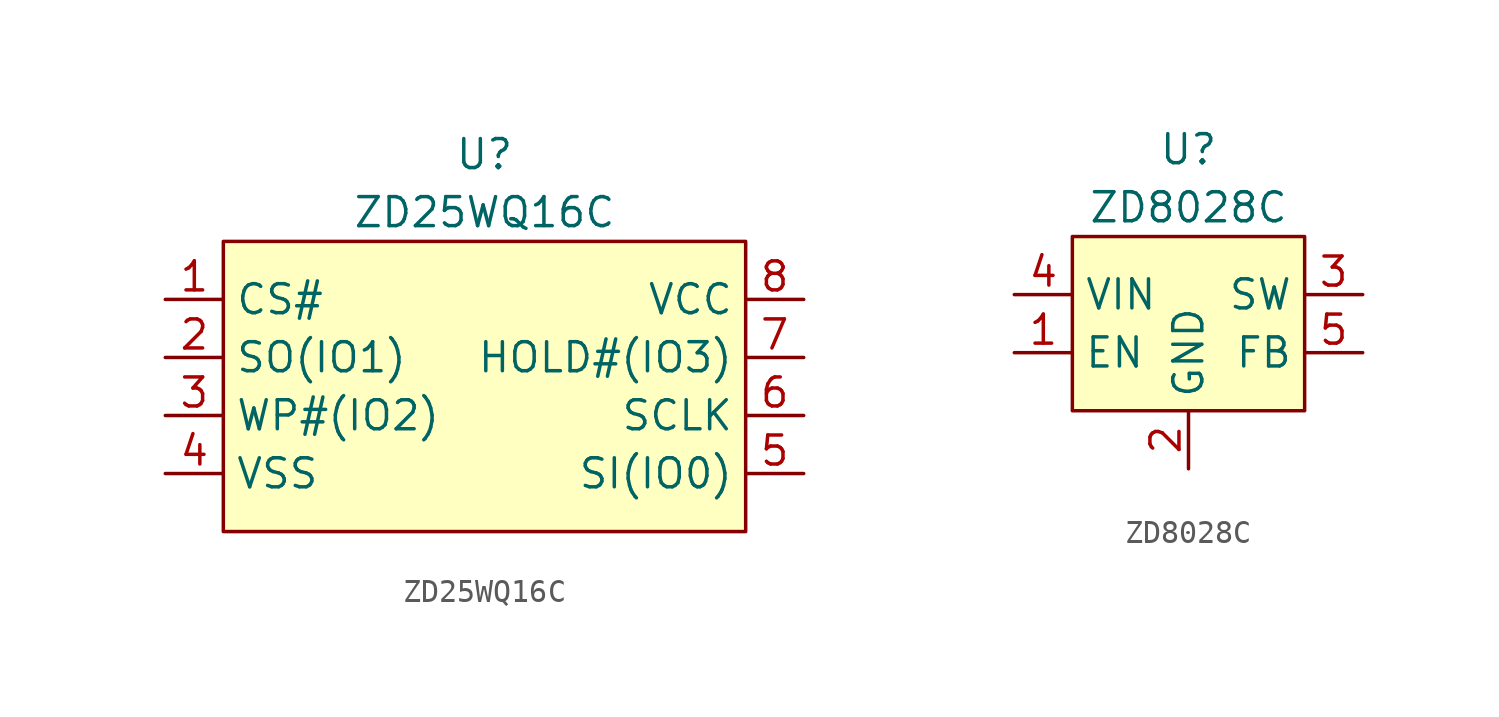
<source format=kicad_sym>
(kicad_symbol_lib
  (version 20241209)
  (generator "kicad_symbol_editor")
  (generator_version "9.0")
  (symbol "ZD25WQ16C"
    (property "Reference" "U"
      (at 0 3.81 0)
      (effects (font (size 1.27 1.27))))
    (property "Value" "ZD25WQ16C"
      (at 0 1.27 0)
      (effects (font (size 1.27 1.27))))
    (symbol "ZD25WQ16C_1_1"
      (rectangle (start -11.43 0) (end 11.43 -12.7) (stroke (width 0) (type solid)) (fill (type background)))
      (pin input line (at -13.97 -2.54 0) (length 2.54) (name "CS#" (effects (font (size 1.27 1.27)))) (number "1" (effects (font (size 1.27 1.27)))))
      (pin bidirectional line (at -13.97 -5.08 0) (length 2.54) (name "SO(IO1)" (effects (font (size 1.27 1.27)))) (number "2" (effects (font (size 1.27 1.27)))))
      (pin bidirectional line (at -13.97 -7.62 0) (length 2.54) (name "WP#(IO2)" (effects (font (size 1.27 1.27)))) (number "3" (effects (font (size 1.27 1.27)))))
      (pin passive line (at -13.97 -10.16 0) (length 2.54) (name "VSS" (effects (font (size 1.27 1.27)))) (number "4" (effects (font (size 1.27 1.27)))))
      (pin passive line (at -13.97 -10.16 0) (length 2.54) (hide yes) (name "TP" (effects (font (size 1.27 1.27)))) (number "9" (effects (font (size 1.27 1.27)))))
      (pin power_in line (at 13.97 -2.54 180) (length 2.54) (name "VCC" (effects (font (size 1.27 1.27)))) (number "8" (effects (font (size 1.27 1.27)))))
      (pin bidirectional line (at 13.97 -5.08 180) (length 2.54) (name "HOLD#(IO3)" (effects (font (size 1.27 1.27)))) (number "7" (effects (font (size 1.27 1.27)))))
      (pin input line (at 13.97 -7.62 180) (length 2.54) (name "SCLK" (effects (font (size 1.27 1.27)))) (number "6" (effects (font (size 1.27 1.27)))))
      (pin bidirectional line (at 13.97 -10.16 180) (length 2.54) (name "SI(IO0)" (effects (font (size 1.27 1.27)))) (number "5" (effects (font (size 1.27 1.27)))))))
  (symbol "ZD8028C"
    (property "Reference" "U"
      (at 0 3.81 0)
      (effects (font (size 1.27 1.27))))
    (property "Value" "ZD8028C"
      (at 0 1.27 0)
      (effects (font (size 1.27 1.27))))
    (symbol "ZD8028C_1_1"
      (rectangle (start -5.08 0) (end 5.08 -7.62) (stroke (width 0) (type solid)) (fill (type background)))
      (pin power_in line (at -7.62 -2.54 0) (length 2.54) (name "VIN" (effects (font (size 1.27 1.27)))) (number "4" (effects (font (size 1.27 1.27)))))
      (pin input line (at -7.62 -5.08 0) (length 2.54) (name "EN" (effects (font (size 1.27 1.27)))) (number "1" (effects (font (size 1.27 1.27)))))
      (pin passive line (at 0 -10.16 90) (length 2.54) (name "GND" (effects (font (size 1.27 1.27)))) (number "2" (effects (font (size 1.27 1.27)))))
      (pin power_out line (at 7.62 -2.54 180) (length 2.54) (name "SW" (effects (font (size 1.27 1.27)))) (number "3" (effects (font (size 1.27 1.27)))))
      (pin input line (at 7.62 -5.08 180) (length 2.54) (name "FB" (effects (font (size 1.27 1.27)))) (number "5" (effects (font (size 1.27 1.27))))))))
</source>
